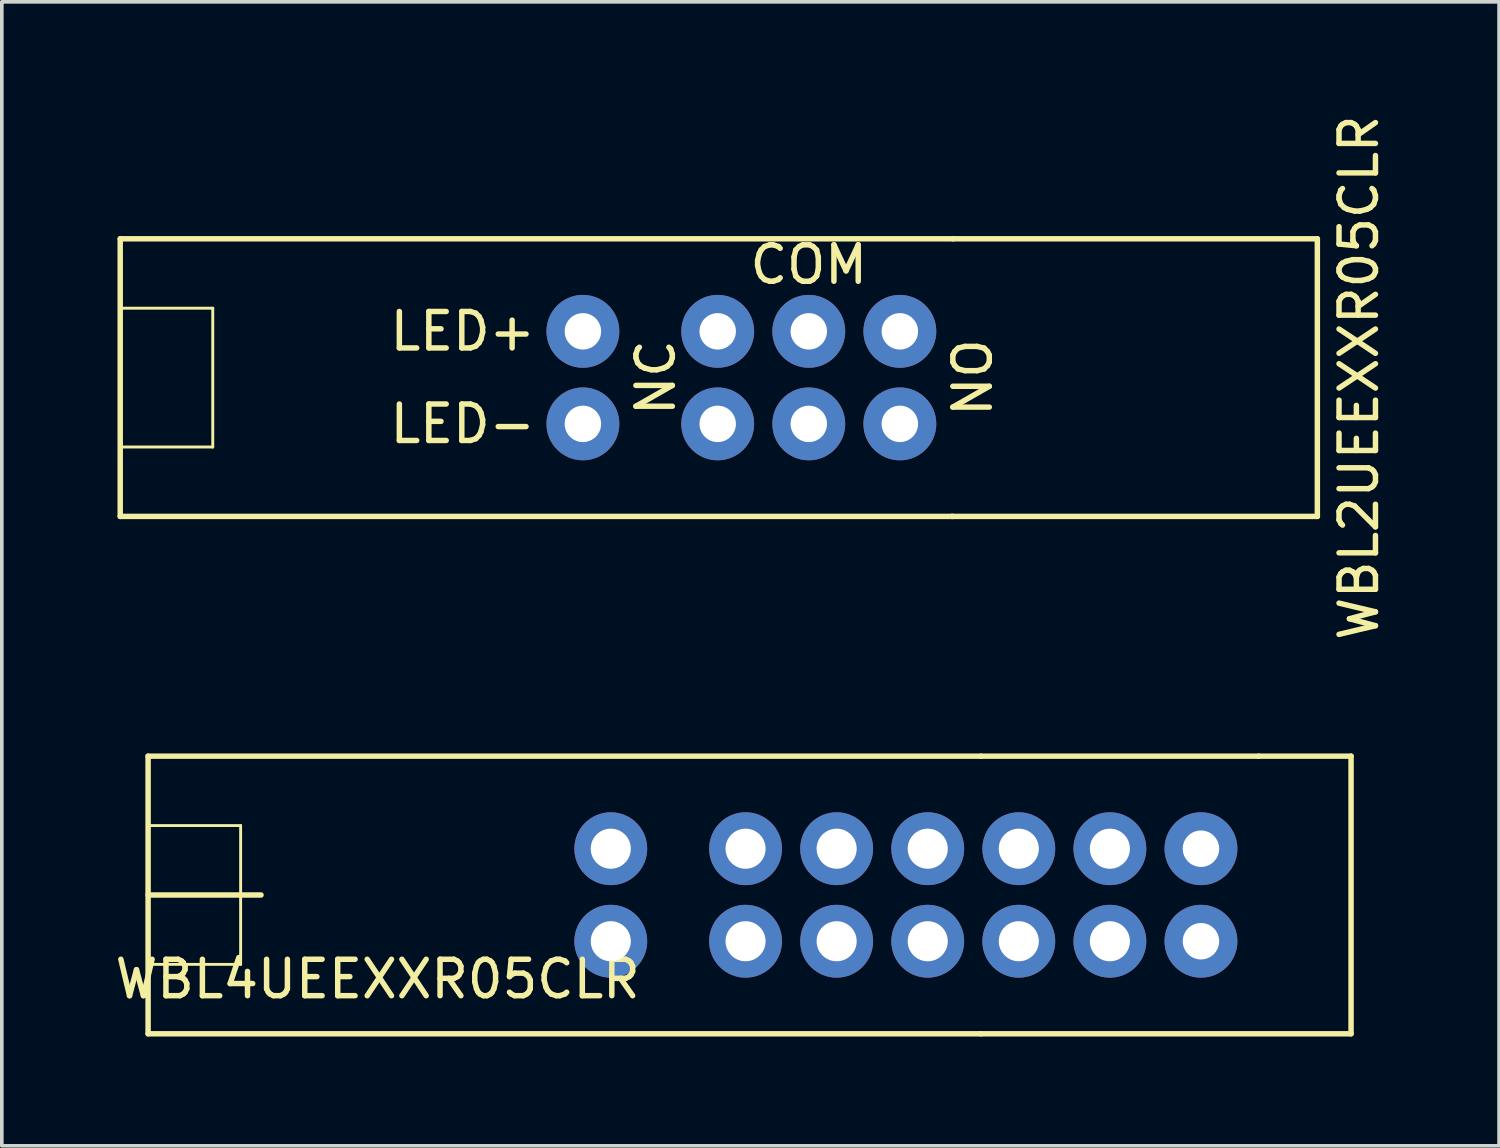
<source format=kicad_pcb>
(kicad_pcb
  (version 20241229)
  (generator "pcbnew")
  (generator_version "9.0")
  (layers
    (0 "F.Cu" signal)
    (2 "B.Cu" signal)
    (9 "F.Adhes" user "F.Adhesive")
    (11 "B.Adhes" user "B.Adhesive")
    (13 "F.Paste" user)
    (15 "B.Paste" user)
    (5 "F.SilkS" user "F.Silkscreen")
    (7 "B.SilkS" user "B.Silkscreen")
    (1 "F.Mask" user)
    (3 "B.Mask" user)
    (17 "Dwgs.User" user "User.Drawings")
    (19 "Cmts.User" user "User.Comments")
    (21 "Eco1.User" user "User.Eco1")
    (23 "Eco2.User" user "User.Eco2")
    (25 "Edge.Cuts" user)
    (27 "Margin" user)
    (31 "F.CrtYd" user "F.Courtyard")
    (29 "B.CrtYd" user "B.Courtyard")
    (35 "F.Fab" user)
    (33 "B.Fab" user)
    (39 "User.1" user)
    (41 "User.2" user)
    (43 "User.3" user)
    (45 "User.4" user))
  (footprint "WBL4UEEXXR05CLR"
    (layer "F.Cu")
    (at 1.015 21.516)
    (property "Reference" "WBL4UEEXXR05CLR" (at 6.3 2.31 0) (layer "F.SilkS") (effects (font (size 1 1) (thickness 0.15))))
    (attr through_hole)
    (fp_line (start 0 -3.81) (end 22.86 -3.81) (stroke (width 0.15) (type solid)) (layer "F.SilkS"))
    (fp_line (start 0 -1.905) (end 2.54 -1.905) (stroke (width 0.08) (type solid)) (layer "F.SilkS"))
    (fp_line (start 0 0) (end 3.1 0) (stroke (width 0.15) (type solid)) (layer "F.SilkS"))
    (fp_line (start 0 3.81) (end 0 -3.81) (stroke (width 0.15) (type solid)) (layer "F.SilkS"))
    (fp_line (start 2.54 -1.905) (end 2.54 1.905) (stroke (width 0.08) (type solid)) (layer "F.SilkS"))
    (fp_line (start 2.54 1.905) (end 0 1.905) (stroke (width 0.08) (type solid)) (layer "F.SilkS"))
    (fp_line (start 22.86 -3.81) (end 30.48 -3.81) (stroke (width 0.15) (type solid)) (layer "F.SilkS"))
    (fp_line (start 22.86 3.81) (end 0 3.81) (stroke (width 0.15) (type solid)) (layer "F.SilkS"))
    (fp_line (start 30.48 -3.81) (end 33.02 -3.81) (stroke (width 0.15) (type solid)) (layer "F.SilkS"))
    (fp_line (start 33.02 -3.81) (end 33.02 3.81) (stroke (width 0.15) (type solid)) (layer "F.SilkS"))
    (fp_line (start 33.02 3.81) (end 22.86 3.81) (stroke (width 0.15) (type solid)) (layer "F.SilkS"))
    (pad "1" thru_hole circle (at 18.9 1.27) (size 2 2) (drill 1.1) (layers "*.Cu" "*.Mask"))
    (pad "2" thru_hole circle (at 26.4 1.27) (size 2 2) (drill 1.1) (layers "*.Cu" "*.Mask"))
    (pad "3" thru_hole circle (at 18.9 -1.27) (size 2 2) (drill 1.1) (layers "*.Cu" "*.Mask"))
    (pad "4" thru_hole circle (at 26.4 -1.27) (size 2 2) (drill 1.1) (layers "*.Cu" "*.Mask"))
    (pad "5" thru_hole circle (at 16.4 1.27) (size 2 2) (drill 1.1) (layers "*.Cu" "*.Mask"))
    (pad "6" thru_hole circle (at 21.4 1.27) (size 2 2) (drill 1.1) (layers "*.Cu" "*.Mask"))
    (pad "7" thru_hole circle (at 23.9 1.27) (size 2 2) (drill 1.1) (layers "*.Cu" "*.Mask"))
    (pad "8" thru_hole circle (at 28.9 1.27) (size 2 2) (drill 1) (layers "*.Cu" "*.Mask"))
    (pad "9" thru_hole circle (at 16.4 -1.27) (size 2 2) (drill 1.1) (layers "*.Cu" "*.Mask"))
    (pad "10" thru_hole circle (at 21.4 -1.27) (size 2 2) (drill 1.1) (layers "*.Cu" "*.Mask"))
    (pad "11" thru_hole circle (at 23.9 -1.27) (size 2 2) (drill 1.1) (layers "*.Cu" "*.Mask"))
    (pad "12" thru_hole circle (at 28.9 -1.27) (size 2 2) (drill 1) (layers "*.Cu" "*.Mask"))
    (pad "13" thru_hole circle (at 12.7 -1.27) (size 2 2) (drill 1.1) (layers "*.Cu" "*.Mask"))
    (pad "14" thru_hole circle (at 12.7 1.27) (size 2 2) (drill 1.1) (layers "*.Cu" "*.Mask")))
  (footprint "WBL2UEEXXR05CLR"
    (layer "F.Cu")
    (at 0.25 7.315)
    (property "Reference" "WBL2UEEXXR05CLR" (at 34 0 90) (layer "F.SilkS") (effects (font (size 1 1) (thickness 0.15))))
    (attr through_hole)
    (fp_line (start 0 -3.81) (end 22.86 -3.81) (stroke (width 0.15) (type solid)) (layer "F.SilkS"))
    (fp_line (start 0 -1.905) (end 2.54 -1.905) (stroke (width 0.08) (type solid)) (layer "F.SilkS"))
    (fp_line (start 0 3.81) (end 0 -3.81) (stroke (width 0.15) (type solid)) (layer "F.SilkS"))
    (fp_line (start 2.54 -1.905) (end 2.54 1.905) (stroke (width 0.08) (type solid)) (layer "F.SilkS"))
    (fp_line (start 2.54 1.905) (end 0 1.905) (stroke (width 0.08) (type solid)) (layer "F.SilkS"))
    (fp_line (start 22.83 3.81) (end 32.86 3.81) (stroke (width 0.15) (type solid)) (layer "F.SilkS"))
    (fp_line (start 22.86 3.81) (end 0 3.81) (stroke (width 0.15) (type solid)) (layer "F.SilkS"))
    (fp_line (start 32.86 -3.81) (end 22.86 -3.81) (stroke (width 0.15) (type solid)) (layer "F.SilkS"))
    (fp_line (start 32.86 -3.81) (end 32.86 3.81) (stroke (width 0.15) (type solid)) (layer "F.SilkS"))
    (fp_text user "NC" (at 14.7 0 90) (layer "F.SilkS") (effects (font (size 1 1) (thickness 0.15))))
    (fp_text user "LED+" (at 9.4 -1.27 0) (layer "F.SilkS") (effects (font (size 1 1) (thickness 0.15))))
    (fp_text user "NO" (at 23.4 0 90) (layer "F.SilkS") (effects (font (size 1 1) (thickness 0.15))))
    (fp_text user "COM" (at 18.9 -3.1 0) (layer "F.SilkS") (effects (font (size 1 1) (thickness 0.15))))
    (fp_text user "LED-" (at 9.4 1.27 0) (layer "F.SilkS") (effects (font (size 1 1) (thickness 0.15))))
    (pad "1" thru_hole circle (at 16.4 1.27) (size 2 2) (drill 1) (layers "*.Cu" "*.Mask"))
    (pad "2" thru_hole circle (at 18.9 1.27) (size 2 2) (drill 1) (layers "*.Cu" "*.Mask"))
    (pad "3" thru_hole circle (at 21.4 1.27) (size 2 2) (drill 1) (layers "*.Cu" "*.Mask"))
    (pad "4" thru_hole circle (at 16.4 -1.27) (size 2 2) (drill 1) (layers "*.Cu" "*.Mask"))
    (pad "5" thru_hole circle (at 18.9 -1.27) (size 2 2) (drill 1) (layers "*.Cu" "*.Mask"))
    (pad "6" thru_hole circle (at 21.4 -1.27) (size 2 2) (drill 1) (layers "*.Cu" "*.Mask"))
    (pad "7" thru_hole circle (at 12.7 -1.27) (size 2 2) (drill 1) (layers "*.Cu" "*.Mask"))
    (pad "8" thru_hole circle (at 12.7 1.27) (size 2 2) (drill 1) (layers "*.Cu" "*.Mask")))
  (gr_rect
    (start -3 -3)
    (end 38.098 28.401)
    (stroke (width 0.1) (type default))
    (fill no)
    (layer "Edge.Cuts")))
</source>
